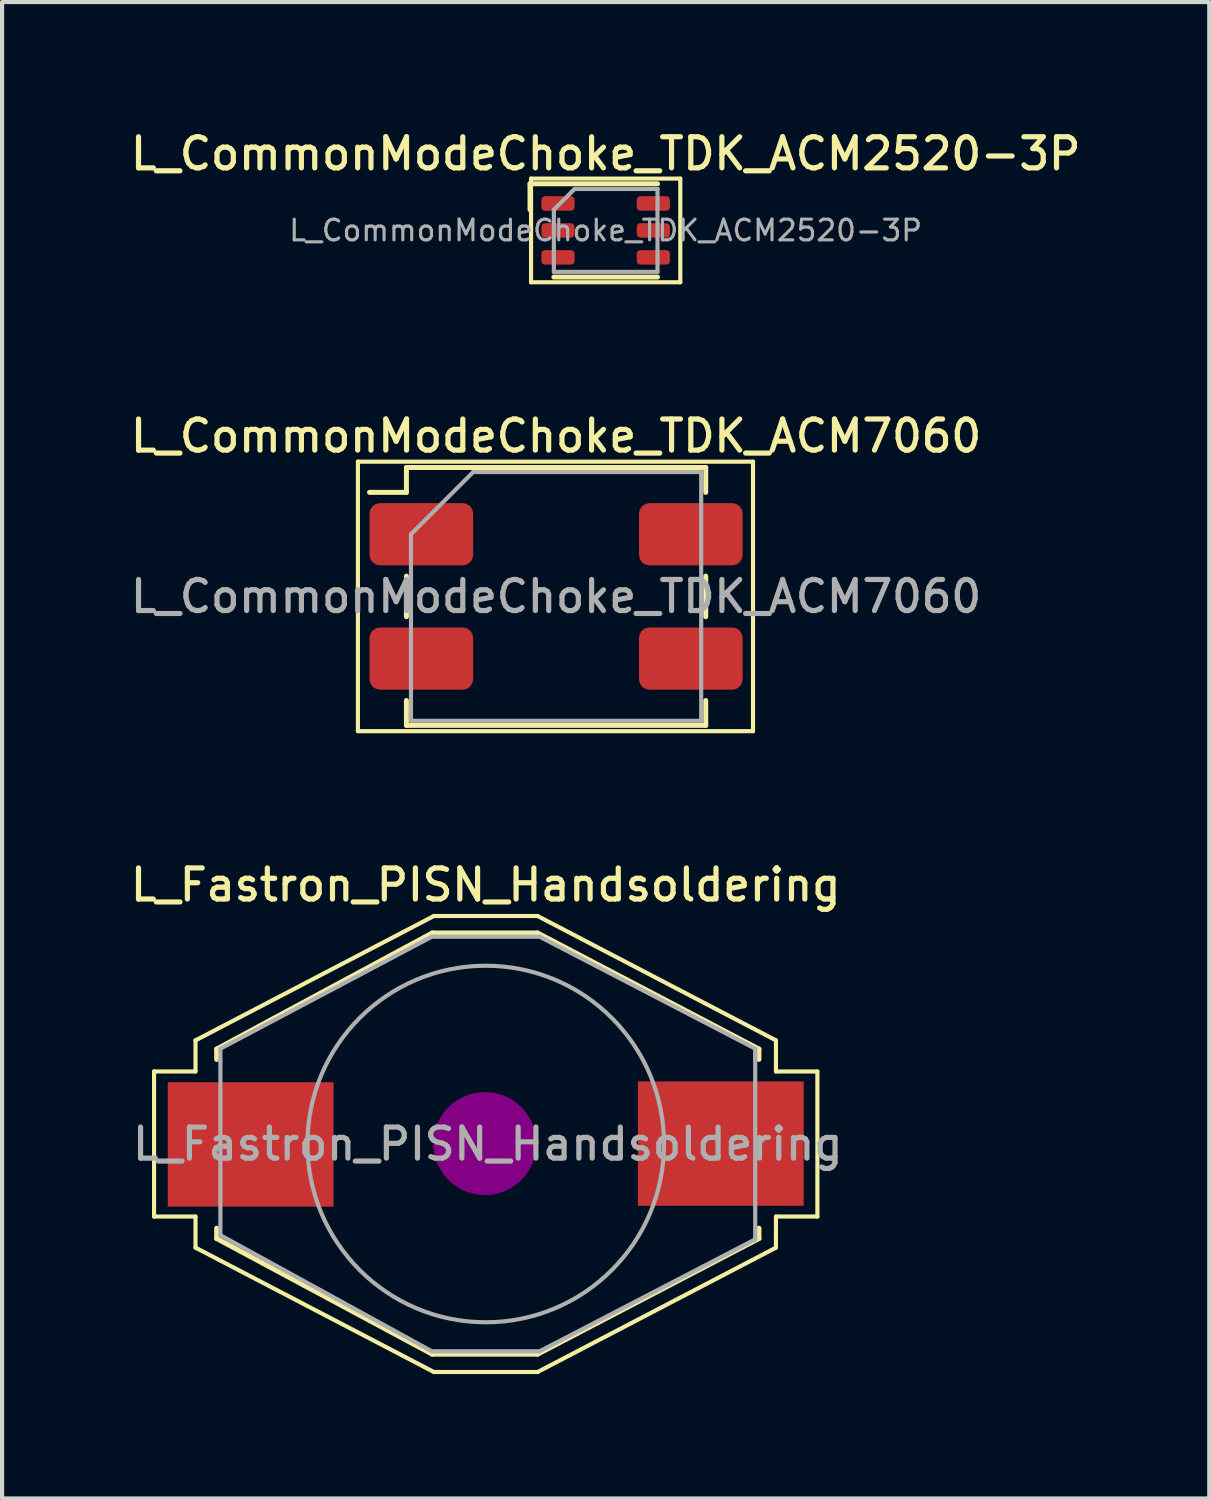
<source format=kicad_pcb>
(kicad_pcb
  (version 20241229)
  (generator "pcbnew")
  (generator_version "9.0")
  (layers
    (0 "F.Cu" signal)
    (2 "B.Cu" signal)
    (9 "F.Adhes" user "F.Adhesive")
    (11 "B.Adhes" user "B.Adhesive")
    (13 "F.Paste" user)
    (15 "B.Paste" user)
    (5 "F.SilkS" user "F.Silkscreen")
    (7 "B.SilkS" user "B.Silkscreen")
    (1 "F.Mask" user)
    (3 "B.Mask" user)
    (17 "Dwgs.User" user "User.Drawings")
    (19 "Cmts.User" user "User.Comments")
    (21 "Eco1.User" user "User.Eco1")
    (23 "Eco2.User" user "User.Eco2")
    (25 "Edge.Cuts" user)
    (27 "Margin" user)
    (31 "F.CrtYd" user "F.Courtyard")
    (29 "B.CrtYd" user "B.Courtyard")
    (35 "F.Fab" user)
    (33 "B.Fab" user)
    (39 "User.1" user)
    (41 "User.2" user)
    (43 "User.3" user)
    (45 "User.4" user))
  (footprint "L_CommonModeChoke_TDK_ACM2520-3P"
    (layer "F.Cu")
    (at 11.559 2.508)
    (property "Reference" "L_CommonModeChoke_TDK_ACM2520-3P" (at 0 -1.85 0) (layer "F.SilkS") (effects (font (size 0.75 0.75) (thickness 0.125))))
    (attr smd)
    (fp_line (start -1.825 -1.125) (end -1.825 -0.5) (stroke (width 0.12) (type default)) (layer "F.SilkS"))
    (fp_line (start -1.8 -1.25) (end 1.8 -1.25) (stroke (width 0.1) (type default)) (layer "F.SilkS"))
    (fp_line (start -1.8 1.25) (end -1.8 -1.25) (stroke (width 0.1) (type default)) (layer "F.SilkS"))
    (fp_line (start 1.25 -1.125) (end -1.825 -1.125) (stroke (width 0.12) (type default)) (layer "F.SilkS"))
    (fp_line (start 1.25 1.125) (end -1.25 1.125) (stroke (width 0.12) (type default)) (layer "F.SilkS"))
    (fp_line (start 1.8 -1.25) (end 1.8 1.25) (stroke (width 0.1) (type default)) (layer "F.SilkS"))
    (fp_line (start 1.8 1.25) (end -1.8 1.25) (stroke (width 0.1) (type default)) (layer "F.SilkS"))
    (fp_line (start -1.25 1) (end -1.25 -0.5) (stroke (width 0.1) (type default)) (layer "F.Fab"))
    (fp_line (start -0.75 -1) (end -1.25 -0.5) (stroke (width 0.1) (type default)) (layer "F.Fab"))
    (fp_line (start -0.75 -1) (end 1.25 -1) (stroke (width 0.1) (type default)) (layer "F.Fab"))
    (fp_line (start 1.25 -1) (end 1.25 1) (stroke (width 0.1) (type default)) (layer "F.Fab"))
    (fp_line (start 1.25 1) (end -1.25 1) (stroke (width 0.1) (type default)) (layer "F.Fab"))
    (fp_text user "${REFERENCE}" (at 0 0 0) (layer "F.Fab") (effects (font (size 0.5 0.5) (thickness 0.075))))
    (pad "1" smd roundrect (at -1.15 -0.65) (size 0.8 0.35) (layers "F.Cu" "F.Mask" "F.Paste") (roundrect_rratio 0.25))
    (pad "2" smd roundrect (at -1.15 0) (size 0.8 0.35) (layers "F.Cu" "F.Mask" "F.Paste") (roundrect_rratio 0.25))
    (pad "3" smd roundrect (at -1.15 0.65) (size 0.8 0.35) (layers "F.Cu" "F.Mask" "F.Paste") (roundrect_rratio 0.25))
    (pad "4" smd roundrect (at 1.15 0.65) (size 0.8 0.35) (layers "F.Cu" "F.Mask" "F.Paste") (roundrect_rratio 0.25))
    (pad "5" smd roundrect (at 1.15 0) (size 0.8 0.35) (layers "F.Cu" "F.Mask" "F.Paste") (roundrect_rratio 0.25))
    (pad "6" smd roundrect (at 1.15 -0.65) (size 0.8 0.35) (layers "F.Cu" "F.Mask" "F.Paste") (roundrect_rratio 0.25)))
  (footprint "L_CommonModeChoke_TDK_ACM7060"
    (layer "F.Cu")
    (at 10.363 11.336)
    (property "Reference" "L_CommonModeChoke_TDK_ACM7060" (at 0 -3.87 0) (layer "F.SilkS") (effects (font (size 0.75 0.75) (thickness 0.125))))
    (attr smd)
    (fp_line (start -4.78 -3.25) (end 4.75 -3.25) (stroke (width 0.1) (type solid)) (layer "F.SilkS"))
    (fp_line (start -4.78 3.25) (end -4.78 -3.25) (stroke (width 0.1) (type solid)) (layer "F.SilkS"))
    (fp_line (start -4.78 3.25) (end 4.75 3.25) (stroke (width 0.1) (type solid)) (layer "F.SilkS"))
    (fp_line (start -3.61 -3.11) (end 3.61 -3.11) (stroke (width 0.12) (type solid)) (layer "F.SilkS"))
    (fp_line (start -3.61 -2.51) (end -4.5 -2.51) (stroke (width 0.12) (type solid)) (layer "F.SilkS"))
    (fp_line (start -3.61 -2.51) (end -3.61 -3.11) (stroke (width 0.12) (type solid)) (layer "F.SilkS"))
    (fp_line (start -3.61 0.49) (end -3.61 -0.49) (stroke (width 0.12) (type solid)) (layer "F.SilkS"))
    (fp_line (start -3.61 3.11) (end -3.61 2.51) (stroke (width 0.12) (type solid)) (layer "F.SilkS"))
    (fp_line (start -3.61 3.11) (end 3.61 3.11) (stroke (width 0.12) (type solid)) (layer "F.SilkS"))
    (fp_line (start 3.61 -2.51) (end 3.61 -3.11) (stroke (width 0.12) (type solid)) (layer "F.SilkS"))
    (fp_line (start 3.61 0.49) (end 3.61 -0.49) (stroke (width 0.12) (type solid)) (layer "F.SilkS"))
    (fp_line (start 3.61 3.11) (end 3.61 2.51) (stroke (width 0.12) (type solid)) (layer "F.SilkS"))
    (fp_line (start 4.75 3.25) (end 4.75 -3.25) (stroke (width 0.1) (type solid)) (layer "F.SilkS"))
    (fp_line (start -3.5 -1.5) (end -2 -3) (stroke (width 0.1) (type solid)) (layer "F.Fab"))
    (fp_line (start -3.5 3) (end -3.5 -1.5) (stroke (width 0.1) (type solid)) (layer "F.Fab"))
    (fp_line (start -2 -3) (end 3.5 -3) (stroke (width 0.1) (type solid)) (layer "F.Fab"))
    (fp_line (start 3.5 -3) (end 3.5 3) (stroke (width 0.1) (type solid)) (layer "F.Fab"))
    (fp_line (start 3.5 3) (end -3.5 3) (stroke (width 0.1) (type solid)) (layer "F.Fab"))
    (fp_text user "${REFERENCE}" (at 0 0 0) (layer "F.Fab") (effects (font (size 0.75 0.75) (thickness 0.125))))
    (pad "1" smd roundrect (at -3.25 -1.5) (size 2.5 1.5) (layers "F.Cu" "F.Mask" "F.Paste") (roundrect_rratio 0.167))
    (pad "2" smd roundrect (at -3.25 1.5) (size 2.5 1.5) (layers "F.Cu" "F.Mask" "F.Paste") (roundrect_rratio 0.167))
    (pad "3" smd roundrect (at 3.25 1.5) (size 2.5 1.5) (layers "F.Cu" "F.Mask" "F.Paste") (roundrect_rratio 0.167))
    (pad "4" smd roundrect (at 3.25 -1.5) (size 2.5 1.5) (layers "F.Cu" "F.Mask" "F.Paste") (roundrect_rratio 0.167)))
  (footprint "L_Fastron_PISN_Handsoldering"
    (layer "F.Cu")
    (at 8.666 24.544)
    (property "Reference" "L_Fastron_PISN_Handsoldering" (at 0 -6.25 0) (layer "F.SilkS") (effects (font (size 0.75 0.75) (thickness 0.125))))
    (attr smd)
    (fp_line (start -8 -1.75) (end -8 1.75) (stroke (width 0.1) (type solid)) (layer "F.SilkS"))
    (fp_line (start -8 1.75) (end -7 1.75) (stroke (width 0.1) (type solid)) (layer "F.SilkS"))
    (fp_line (start -7 -2.5) (end -7 -1.75) (stroke (width 0.1) (type solid)) (layer "F.SilkS"))
    (fp_line (start -7 -2.5) (end -1.25 -5.5) (stroke (width 0.1) (type solid)) (layer "F.SilkS"))
    (fp_line (start -7 -1.75) (end -8 -1.75) (stroke (width 0.1) (type solid)) (layer "F.SilkS"))
    (fp_line (start -7 1.75) (end -7 2.5) (stroke (width 0.1) (type solid)) (layer "F.SilkS"))
    (fp_line (start -6.49 -2.29) (end -6.49 -2.04) (stroke (width 0.12) (type solid)) (layer "F.SilkS"))
    (fp_line (start -6.49 2.28) (end -6.49 2.03) (stroke (width 0.12) (type solid)) (layer "F.SilkS"))
    (fp_line (start -1.29 -5.09) (end -6.49 -2.29) (stroke (width 0.12) (type solid)) (layer "F.SilkS"))
    (fp_line (start -1.29 -5.09) (end 1.25 -5.09) (stroke (width 0.12) (type solid)) (layer "F.SilkS"))
    (fp_line (start -1.29 5.07) (end -6.49 2.28) (stroke (width 0.12) (type solid)) (layer "F.SilkS"))
    (fp_line (start -1.29 5.07) (end 1.25 5.07) (stroke (width 0.12) (type solid)) (layer "F.SilkS"))
    (fp_line (start -1.25 -5.5) (end 1.25 -5.5) (stroke (width 0.1) (type solid)) (layer "F.SilkS"))
    (fp_line (start -1.25 5.5) (end -7 2.5) (stroke (width 0.1) (type solid)) (layer "F.SilkS"))
    (fp_line (start 1.25 -5.5) (end 7 -2.5) (stroke (width 0.1) (type solid)) (layer "F.SilkS"))
    (fp_line (start 1.25 -5.09) (end 6.59 -2.29) (stroke (width 0.12) (type solid)) (layer "F.SilkS"))
    (fp_line (start 1.25 5.07) (end 6.59 2.28) (stroke (width 0.12) (type solid)) (layer "F.SilkS"))
    (fp_line (start 1.25 5.5) (end -1.25 5.5) (stroke (width 0.1) (type solid)) (layer "F.SilkS"))
    (fp_line (start 6.59 -2.29) (end 6.59 -2.04) (stroke (width 0.12) (type solid)) (layer "F.SilkS"))
    (fp_line (start 6.59 2.28) (end 6.59 2.03) (stroke (width 0.12) (type solid)) (layer "F.SilkS"))
    (fp_line (start 7 -1.75) (end 7 -2.5) (stroke (width 0.1) (type solid)) (layer "F.SilkS"))
    (fp_line (start 7 1.75) (end 8 1.75) (stroke (width 0.1) (type solid)) (layer "F.SilkS"))
    (fp_line (start 7 2.25) (end 7 1.75) (stroke (width 0.1) (type solid)) (layer "F.SilkS"))
    (fp_line (start 7 2.25) (end 7 2.5) (stroke (width 0.1) (type solid)) (layer "F.SilkS"))
    (fp_line (start 7 2.5) (end 1.25 5.5) (stroke (width 0.1) (type solid)) (layer "F.SilkS"))
    (fp_line (start 8 -1.75) (end 7 -1.75) (stroke (width 0.1) (type solid)) (layer "F.SilkS"))
    (fp_line (start 8 1.75) (end 8 -1.75) (stroke (width 0.1) (type solid)) (layer "F.SilkS"))
    (fp_line (start -0.02 -0.26) (end -0.02 0.25) (stroke (width 0.38) (type solid)) (layer "F.Adhes"))
    (fp_circle (center -0.02 -0.01) (end -0.02 0.5) (stroke (width 0.38) (type solid)) (fill no) (layer "F.Adhes"))
    (fp_circle (center -0.02 -0.01) (end 0.24 -0.01) (stroke (width 0.38) (type solid)) (fill no) (layer "F.Adhes"))
    (fp_circle (center -0.02 -0.01) (end 0.24 0.76) (stroke (width 0.38) (type solid)) (fill no) (layer "F.Adhes"))
    (fp_circle (center -0.02 -0.01) (end 0.24 1.01) (stroke (width 0.38) (type solid)) (fill no) (layer "F.Adhes"))
    (fp_line (start -6.4 -2.3) (end -1.3 -5) (stroke (width 0.1) (type solid)) (layer "F.Fab"))
    (fp_line (start -6.4 -2) (end -6.4 -2.3) (stroke (width 0.1) (type solid)) (layer "F.Fab"))
    (fp_line (start -6.4 -2) (end -6.4 2.2) (stroke (width 0.1) (type solid)) (layer "F.Fab"))
    (fp_line (start -6.4 2.2) (end -1.3 5) (stroke (width 0.1) (type solid)) (layer "F.Fab"))
    (fp_line (start -1.3 -5) (end 1.3 -5) (stroke (width 0.1) (type solid)) (layer "F.Fab"))
    (fp_line (start -1.3 5) (end 1.3 5) (stroke (width 0.1) (type solid)) (layer "F.Fab"))
    (fp_line (start 1.3 -5) (end 6.5 -2.3) (stroke (width 0.1) (type solid)) (layer "F.Fab"))
    (fp_line (start 1.3 5) (end 6.5 2.3) (stroke (width 0.1) (type solid)) (layer "F.Fab"))
    (fp_line (start 6.5 -2.3) (end 6.5 -2) (stroke (width 0.1) (type solid)) (layer "F.Fab"))
    (fp_line (start 6.5 2.3) (end 6.5 -2.2) (stroke (width 0.1) (type solid)) (layer "F.Fab"))
    (fp_circle (center 0 0) (end 0 -4.3) (stroke (width 0.1) (type solid)) (fill no) (layer "F.Fab"))
    (fp_text user "${REFERENCE}" (at 0.05 0 0) (layer "F.Fab") (effects (font (size 0.75 0.75) (thickness 0.125))))
    (pad "1" smd rect (at 5.67 -0.01) (size 4 3) (layers "F.Cu" "F.Mask" "F.Paste"))
    (pad "2" smd rect (at -5.67 0.01) (size 4 3) (layers "F.Cu" "F.Mask" "F.Paste")))
  (gr_rect
    (start -3 -3)
    (end 26.118 33.094)
    (stroke (width 0.1) (type default))
    (fill no)
    (layer "Edge.Cuts")))
</source>
